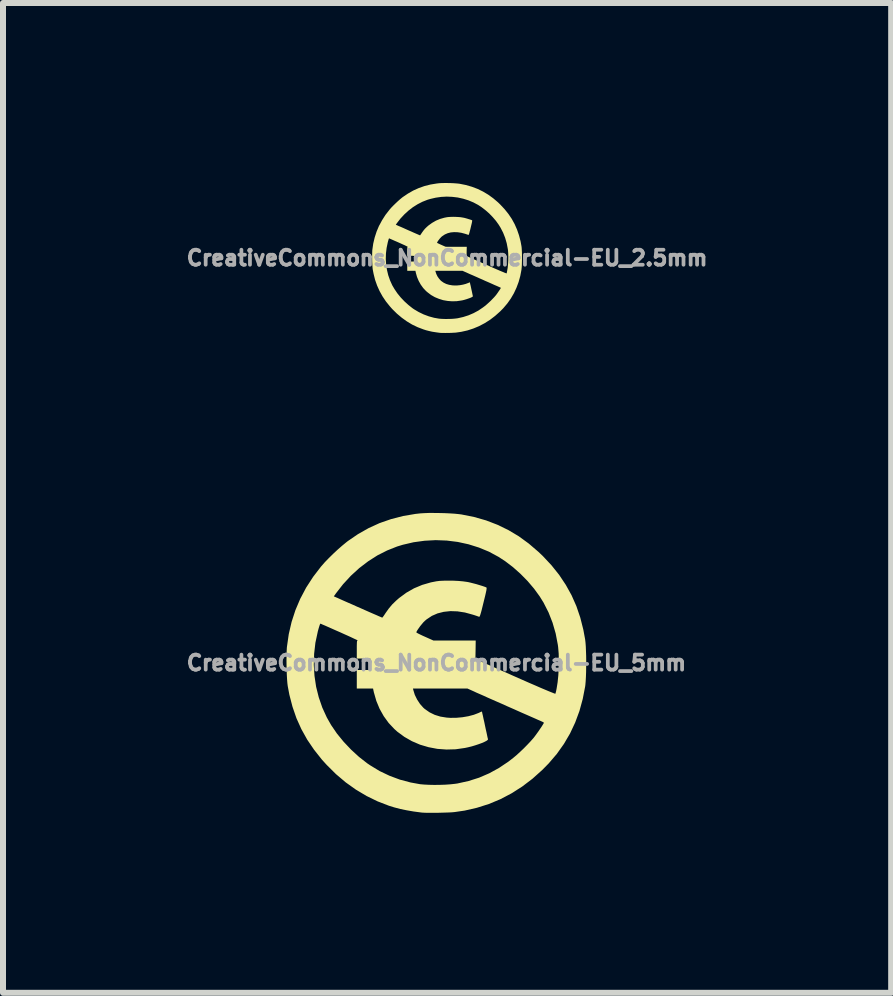
<source format=kicad_pcb>
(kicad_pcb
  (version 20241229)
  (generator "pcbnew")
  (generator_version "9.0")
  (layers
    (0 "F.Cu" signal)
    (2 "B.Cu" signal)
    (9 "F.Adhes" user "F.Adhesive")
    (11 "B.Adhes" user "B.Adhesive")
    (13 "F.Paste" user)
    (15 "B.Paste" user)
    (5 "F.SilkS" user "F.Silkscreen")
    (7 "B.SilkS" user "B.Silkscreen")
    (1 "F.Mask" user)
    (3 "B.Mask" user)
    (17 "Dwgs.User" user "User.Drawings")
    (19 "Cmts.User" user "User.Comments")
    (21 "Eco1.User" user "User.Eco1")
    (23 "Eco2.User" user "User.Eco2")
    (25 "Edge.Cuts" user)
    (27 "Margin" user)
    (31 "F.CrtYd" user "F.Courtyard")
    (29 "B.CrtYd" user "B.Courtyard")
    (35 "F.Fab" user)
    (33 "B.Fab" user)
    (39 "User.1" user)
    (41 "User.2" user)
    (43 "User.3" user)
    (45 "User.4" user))
  (footprint "CreativeCommons_NonCommercial-EU_5mm"
    (layer "F.Cu")
    (at 4.224 7.999)
    (property "Reference" "CreativeCommons_NonCommercial-EU_5mm" (at 0 0 0) (layer "F.Fab") (effects (font (size 0.25 0.25) (thickness 0.3))))
    (attr board_only exclude_from_pos_files exclude_from_bom)
    (fp_poly (pts (xy 0.043 -2.498) (xy 0.134 -2.496) (xy 0.221 -2.492) (xy 0.301 -2.487) (xy 0.371 -2.48) (xy 0.418 -2.474) (xy 0.628 -2.432) (xy 0.828 -2.375) (xy 1.018 -2.302) (xy 1.199 -2.214) (xy 1.372 -2.111) (xy 1.538 -1.99) (xy 1.698 -1.853) (xy 1.773 -1.782) (xy 1.918 -1.627) (xy 2.046 -1.467) (xy 2.157 -1.3) (xy 2.253 -1.127) (xy 2.333 -0.946) (xy 2.398 -0.755) (xy 2.449 -0.553) (xy 2.479 -0.391) (xy 2.485 -0.34) (xy 2.49 -0.275) (xy 2.493 -0.198) (xy 2.496 -0.114) (xy 2.497 -0.025) (xy 2.496 0.065) (xy 2.495 0.152) (xy 2.492 0.233) (xy 2.488 0.305) (xy 2.483 0.364) (xy 2.48 0.389) (xy 2.439 0.601) (xy 2.384 0.802) (xy 2.313 0.994) (xy 2.227 1.177) (xy 2.125 1.351) (xy 2.007 1.517) (xy 1.873 1.674) (xy 1.767 1.782) (xy 1.602 1.93) (xy 1.43 2.061) (xy 1.251 2.175) (xy 1.066 2.272) (xy 0.874 2.352) (xy 0.675 2.415) (xy 0.47 2.462) (xy 0.305 2.486) (xy 0.264 2.49) (xy 0.21 2.493) (xy 0.147 2.495) (xy 0.078 2.497) (xy 0.007 2.499) (xy -0.063 2.499) (xy -0.128 2.499) (xy -0.184 2.498) (xy -0.228 2.496) (xy -0.25 2.494) (xy -0.379 2.477) (xy -0.495 2.457) (xy -0.602 2.435) (xy -0.704 2.408) (xy -0.791 2.381) (xy -0.98 2.308) (xy -1.163 2.219) (xy -1.341 2.113) (xy -1.511 1.992) (xy -1.674 1.854) (xy -1.828 1.701) (xy -1.907 1.614) (xy -2.038 1.449) (xy -2.153 1.28) (xy -2.251 1.104) (xy -2.333 0.922) (xy -2.399 0.73) (xy -2.451 0.53) (xy -2.478 0.386) (xy -2.484 0.339) (xy -2.489 0.276) (xy -2.493 0.204) (xy -2.496 0.124) (xy -2.498 0.041) (xy -2.498 0.033) (xy -2.044 0.033) (xy -2.032 0.217) (xy -2.005 0.398) (xy -1.961 0.574) (xy -1.902 0.745) (xy -1.827 0.909) (xy -1.755 1.036) (xy -1.658 1.178) (xy -1.546 1.315) (xy -1.422 1.446) (xy -1.29 1.567) (xy -1.153 1.674) (xy -1.101 1.709) (xy -0.946 1.803) (xy -0.78 1.882) (xy -0.608 1.946) (xy -0.431 1.993) (xy -0.272 2.022) (xy -0.204 2.028) (xy -0.124 2.032) (xy -0.036 2.034) (xy 0.056 2.033) (xy 0.147 2.03) (xy 0.232 2.024) (xy 0.307 2.016) (xy 0.35 2.01) (xy 0.535 1.969) (xy 0.712 1.913) (xy 0.881 1.84) (xy 1.043 1.751) (xy 1.201 1.645) (xy 1.281 1.583) (xy 1.335 1.538) (xy 1.394 1.484) (xy 1.455 1.426) (xy 1.514 1.366) (xy 1.568 1.309) (xy 1.612 1.259) (xy 1.62 1.25) (xy 1.643 1.22) (xy 1.67 1.183) (xy 1.699 1.143) (xy 1.726 1.103) (xy 1.752 1.065) (xy 1.772 1.033) (xy 1.786 1.01) (xy 1.791 0.999) (xy 1.783 0.989) (xy 1.77 0.983) (xy 1.759 0.978) (xy 1.733 0.966) (xy 1.693 0.949) (xy 1.642 0.926) (xy 1.58 0.899) (xy 1.51 0.868) (xy 1.434 0.835) (xy 1.353 0.799) (xy 1.268 0.761) (xy 1.181 0.723) (xy 1.095 0.684) (xy 1.01 0.647) (xy 0.928 0.611) (xy 0.851 0.577) (xy 0.781 0.545) (xy 0.719 0.518) (xy 0.666 0.495) (xy 0.626 0.476) (xy 0.606 0.467) (xy 0.517 0.427) (xy -0.391 0.427) (xy -0.385 0.452) (xy -0.36 0.533) (xy -0.321 0.612) (xy -0.273 0.685) (xy -0.218 0.747) (xy -0.193 0.769) (xy -0.114 0.824) (xy -0.028 0.866) (xy 0.066 0.895) (xy 0.172 0.912) (xy 0.233 0.916) (xy 0.332 0.915) (xy 0.433 0.906) (xy 0.532 0.889) (xy 0.623 0.865) (xy 0.702 0.835) (xy 0.721 0.826) (xy 0.743 0.815) (xy 0.757 0.811) (xy 0.758 0.811) (xy 0.761 0.82) (xy 0.766 0.845) (xy 0.775 0.882) (xy 0.785 0.931) (xy 0.798 0.987) (xy 0.808 1.036) (xy 0.821 1.098) (xy 0.834 1.155) (xy 0.844 1.203) (xy 0.852 1.241) (xy 0.858 1.265) (xy 0.86 1.274) (xy 0.854 1.285) (xy 0.833 1.3) (xy 0.8 1.317) (xy 0.756 1.336) (xy 0.704 1.355) (xy 0.647 1.374) (xy 0.587 1.392) (xy 0.526 1.407) (xy 0.474 1.418) (xy 0.32 1.44) (xy 0.167 1.444) (xy 0.016 1.433) (xy -0.131 1.405) (xy -0.273 1.363) (xy -0.408 1.305) (xy -0.534 1.233) (xy -0.651 1.147) (xy -0.702 1.101) (xy -0.796 1.001) (xy -0.878 0.888) (xy -0.947 0.765) (xy -1.001 0.635) (xy -1.04 0.499) (xy -1.041 0.498) (xy -1.056 0.427) (xy -1.327 0.427) (xy -1.327 0.118) (xy -1.1 0.118) (xy -1.1 0.037) (xy -1.099 -0.001) (xy -1.098 -0.033) (xy -1.096 -0.054) (xy -1.094 -0.058) (xy -1.094 -0.064) (xy -1.1 -0.068) (xy -1.115 -0.071) (xy -1.141 -0.072) (xy -1.182 -0.073) (xy -1.208 -0.073) (xy -1.327 -0.073) (xy -1.327 -0.223) (xy -1.327 -0.278) (xy -1.326 -0.318) (xy -1.325 -0.345) (xy -1.323 -0.362) (xy -1.319 -0.37) (xy -1.314 -0.373) (xy -1.311 -0.373) (xy -1.316 -0.377) (xy -1.335 -0.387) (xy -1.368 -0.402) (xy -1.412 -0.423) (xy -1.466 -0.448) (xy -1.529 -0.476) (xy -1.597 -0.507) (xy -1.613 -0.514) (xy -1.684 -0.545) (xy -1.749 -0.574) (xy -1.808 -0.6) (xy -1.857 -0.622) (xy -1.896 -0.638) (xy -1.922 -0.65) (xy -1.933 -0.654) (xy -1.933 -0.655) (xy -1.94 -0.646) (xy -1.949 -0.62) (xy -1.962 -0.578) (xy -1.978 -0.52) (xy -1.978 -0.518) (xy -2.017 -0.336) (xy -2.038 -0.152) (xy -2.044 0.033) (xy -2.498 0.033) (xy -2.499 -0.042) (xy -2.498 -0.121) (xy -2.496 -0.192) (xy -2.493 -0.251) (xy -2.491 -0.27) (xy -2.461 -0.479) (xy -2.414 -0.682) (xy -2.35 -0.879) (xy -2.269 -1.07) (xy -2.248 -1.109) (xy -1.71 -1.109) (xy -1.671 -1.092) (xy -1.654 -1.085) (xy -1.623 -1.071) (xy -1.579 -1.051) (xy -1.525 -1.027) (xy -1.461 -0.999) (xy -1.39 -0.968) (xy -1.315 -0.934) (xy -1.27 -0.915) (xy -1.194 -0.881) (xy -1.124 -0.85) (xy -1.06 -0.822) (xy -1.004 -0.798) (xy -0.959 -0.778) (xy -0.926 -0.764) (xy -0.907 -0.756) (xy -0.902 -0.755) (xy -0.895 -0.762) (xy -0.88 -0.782) (xy -0.861 -0.81) (xy -0.848 -0.83) (xy -0.794 -0.906) (xy -0.737 -0.974) (xy -0.671 -1.038) (xy -0.622 -1.081) (xy -0.501 -1.17) (xy -0.373 -1.243) (xy -0.237 -1.3) (xy -0.092 -1.342) (xy -0.000109 -1.36) (xy 0.056 -1.367) (xy 0.126 -1.37) (xy 0.204 -1.371) (xy 0.286 -1.37) (xy 0.367 -1.366) (xy 0.443 -1.359) (xy 0.509 -1.35) (xy 0.532 -1.346) (xy 0.571 -1.337) (xy 0.618 -1.325) (xy 0.668 -1.312) (xy 0.717 -1.297) (xy 0.763 -1.283) (xy 0.801 -1.27) (xy 0.827 -1.26) (xy 0.834 -1.256) (xy 0.837 -1.25) (xy 0.836 -1.235) (xy 0.833 -1.21) (xy 0.825 -1.173) (xy 0.814 -1.124) (xy 0.798 -1.059) (xy 0.785 -1.006) (xy 0.767 -0.933) (xy 0.753 -0.876) (xy 0.741 -0.833) (xy 0.732 -0.803) (xy 0.725 -0.783) (xy 0.719 -0.772) (xy 0.714 -0.768) (xy 0.71 -0.769) (xy 0.696 -0.774) (xy 0.668 -0.784) (xy 0.632 -0.796) (xy 0.603 -0.805) (xy 0.475 -0.84) (xy 0.351 -0.859) (xy 0.233 -0.863) (xy 0.122 -0.851) (xy 0.019 -0.825) (xy -0.075 -0.784) (xy -0.16 -0.728) (xy -0.19 -0.703) (xy -0.215 -0.679) (xy -0.242 -0.647) (xy -0.27 -0.613) (xy -0.295 -0.578) (xy -0.316 -0.547) (xy -0.33 -0.523) (xy -0.334 -0.508) (xy -0.334 -0.507) (xy -0.325 -0.501) (xy -0.303 -0.489) (xy -0.269 -0.472) (xy -0.227 -0.452) (xy -0.191 -0.436) (xy -0.05 -0.373) (xy 0.655 -0.373) (xy 0.653 -0.219) (xy 0.65 -0.064) (xy 1.314 0.23) (xy 1.434 0.283) (xy 1.545 0.332) (xy 1.645 0.375) (xy 1.734 0.414) (xy 1.81 0.446) (xy 1.874 0.473) (xy 1.924 0.493) (xy 1.959 0.507) (xy 1.979 0.514) (xy 1.983 0.514) (xy 1.987 0.501) (xy 1.994 0.475) (xy 2.001 0.441) (xy 2.003 0.431) (xy 2.02 0.325) (xy 2.032 0.208) (xy 2.039 0.085) (xy 2.041 -0.038) (xy 2.038 -0.156) (xy 2.029 -0.264) (xy 2.024 -0.301) (xy 1.988 -0.49) (xy 1.936 -0.67) (xy 1.869 -0.841) (xy 1.785 -1.006) (xy 1.721 -1.109) (xy 1.627 -1.238) (xy 1.52 -1.364) (xy 1.401 -1.485) (xy 1.275 -1.597) (xy 1.145 -1.696) (xy 1.036 -1.767) (xy 0.877 -1.853) (xy 0.71 -1.922) (xy 0.535 -1.977) (xy 0.356 -2.016) (xy 0.173 -2.039) (xy -0.012 -2.046) (xy -0.197 -2.036) (xy -0.38 -2.011) (xy -0.56 -1.969) (xy -0.655 -1.94) (xy -0.821 -1.874) (xy -0.983 -1.792) (xy -1.138 -1.693) (xy -1.286 -1.58) (xy -1.426 -1.452) (xy -1.556 -1.311) (xy -1.673 -1.161) (xy -1.71 -1.109) (xy -2.248 -1.109) (xy -2.171 -1.255) (xy -2.055 -1.434) (xy -1.923 -1.606) (xy -1.914 -1.616) (xy -1.86 -1.678) (xy -1.794 -1.746) (xy -1.722 -1.817) (xy -1.648 -1.886) (xy -1.574 -1.951) (xy -1.506 -2.007) (xy -1.477 -2.03) (xy -1.306 -2.147) (xy -1.129 -2.247) (xy -0.945 -2.331) (xy -0.754 -2.397) (xy -0.556 -2.448) (xy -0.35 -2.483) (xy -0.269 -2.492) (xy -0.206 -2.496) (xy -0.13 -2.499) (xy -0.046 -2.499)) (stroke (width 0) (type solid)) (fill yes) (layer "F.SilkS")))
  (footprint "CreativeCommons_NonCommercial-EU_2.5mm"
    (layer "F.Cu")
    (at 4.402 1.25)
    (property "Reference" "CreativeCommons_NonCommercial-EU_2.5mm" (at 0 0 0) (layer "F.Fab") (effects (font (size 0.25 0.25) (thickness 0.3))))
    (attr board_only exclude_from_pos_files exclude_from_bom)
    (fp_poly (pts (xy 0.022 -1.249) (xy 0.067 -1.248) (xy 0.111 -1.246) (xy 0.151 -1.243) (xy 0.186 -1.24) (xy 0.209 -1.237) (xy 0.314 -1.216) (xy 0.414 -1.187) (xy 0.509 -1.151) (xy 0.599 -1.107) (xy 0.686 -1.055) (xy 0.769 -0.995) (xy 0.849 -0.927) (xy 0.886 -0.891) (xy 0.959 -0.813) (xy 1.023 -0.733) (xy 1.079 -0.65) (xy 1.126 -0.564) (xy 1.166 -0.473) (xy 1.199 -0.377) (xy 1.225 -0.277) (xy 1.24 -0.195) (xy 1.243 -0.17) (xy 1.245 -0.137) (xy 1.247 -0.099) (xy 1.248 -0.057) (xy 1.248 -0.012) (xy 1.248 0.032) (xy 1.247 0.076) (xy 1.246 0.117) (xy 1.244 0.153) (xy 1.241 0.182) (xy 1.24 0.194) (xy 1.22 0.3) (xy 1.192 0.401) (xy 1.156 0.497) (xy 1.113 0.589) (xy 1.062 0.676) (xy 1.004 0.758) (xy 0.937 0.837) (xy 0.884 0.891) (xy 0.801 0.965) (xy 0.715 1.031) (xy 0.626 1.087) (xy 0.533 1.136) (xy 0.437 1.176) (xy 0.338 1.208) (xy 0.235 1.231) (xy 0.152 1.243) (xy 0.132 1.245) (xy 0.105 1.246) (xy 0.073 1.248) (xy 0.039 1.249) (xy 0.003 1.249) (xy -0.031 1.25) (xy -0.064 1.249) (xy -0.092 1.249) (xy -0.114 1.248) (xy -0.125 1.247) (xy -0.19 1.238) (xy -0.248 1.229) (xy -0.301 1.217) (xy -0.352 1.204) (xy -0.395 1.19) (xy -0.49 1.154) (xy -0.582 1.11) (xy -0.67 1.057) (xy -0.755 0.996) (xy -0.837 0.927) (xy -0.914 0.851) (xy -0.953 0.807) (xy -1.019 0.725) (xy -1.076 0.64) (xy -1.125 0.552) (xy -1.166 0.461) (xy -1.2 0.365) (xy -1.225 0.265) (xy -1.239 0.193) (xy -1.242 0.169) (xy -1.244 0.138) (xy -1.246 0.102) (xy -1.248 0.062) (xy -1.249 0.02) (xy -1.249 0.017) (xy -1.022 0.017) (xy -1.016 0.108) (xy -1.002 0.199) (xy -0.981 0.287) (xy -0.951 0.373) (xy -0.914 0.455) (xy -0.877 0.518) (xy -0.829 0.589) (xy -0.773 0.658) (xy -0.711 0.723) (xy -0.645 0.783) (xy -0.577 0.837) (xy -0.551 0.855) (xy -0.473 0.901) (xy -0.39 0.941) (xy -0.304 0.973) (xy -0.216 0.997) (xy -0.136 1.011) (xy -0.102 1.014) (xy -0.062 1.016) (xy -0.018 1.017) (xy 0.028 1.016) (xy 0.073 1.015) (xy 0.116 1.012) (xy 0.153 1.008) (xy 0.175 1.005) (xy 0.268 0.984) (xy 0.356 0.956) (xy 0.44 0.92) (xy 0.522 0.876) (xy 0.6 0.823) (xy 0.641 0.792) (xy 0.667 0.769) (xy 0.697 0.742) (xy 0.728 0.713) (xy 0.757 0.683) (xy 0.784 0.655) (xy 0.806 0.63) (xy 0.81 0.625) (xy 0.822 0.61) (xy 0.835 0.592) (xy 0.849 0.572) (xy 0.863 0.551) (xy 0.876 0.533) (xy 0.886 0.517) (xy 0.893 0.505) (xy 0.895 0.499) (xy 0.892 0.495) (xy 0.885 0.491) (xy 0.88 0.489) (xy 0.866 0.483) (xy 0.846 0.474) (xy 0.821 0.463) (xy 0.79 0.45) (xy 0.755 0.434) (xy 0.717 0.417) (xy 0.676 0.399) (xy 0.634 0.381) (xy 0.591 0.361) (xy 0.547 0.342) (xy 0.505 0.323) (xy 0.464 0.305) (xy 0.426 0.288) (xy 0.39 0.273) (xy 0.359 0.259) (xy 0.333 0.247) (xy 0.313 0.238) (xy 0.303 0.234) (xy 0.258 0.214) (xy -0.196 0.214) (xy -0.193 0.226) (xy -0.18 0.266) (xy -0.161 0.306) (xy -0.136 0.342) (xy -0.109 0.373) (xy -0.097 0.384) (xy -0.057 0.412) (xy -0.014 0.433) (xy 0.033 0.447) (xy 0.086 0.456) (xy 0.117 0.458) (xy 0.166 0.458) (xy 0.217 0.453) (xy 0.266 0.444) (xy 0.311 0.432) (xy 0.351 0.417) (xy 0.361 0.413) (xy 0.372 0.408) (xy 0.378 0.405) (xy 0.379 0.405) (xy 0.38 0.41) (xy 0.383 0.422) (xy 0.387 0.441) (xy 0.393 0.465) (xy 0.399 0.493) (xy 0.404 0.518) (xy 0.411 0.549) (xy 0.417 0.577) (xy 0.422 0.602) (xy 0.426 0.62) (xy 0.429 0.633) (xy 0.43 0.637) (xy 0.427 0.643) (xy 0.417 0.65) (xy 0.4 0.659) (xy 0.378 0.668) (xy 0.352 0.677) (xy 0.323 0.687) (xy 0.293 0.696) (xy 0.263 0.704) (xy 0.237 0.709) (xy 0.16 0.72) (xy 0.083 0.722) (xy 0.008 0.716) (xy -0.066 0.703) (xy -0.136 0.681) (xy -0.204 0.653) (xy -0.267 0.617) (xy -0.325 0.573) (xy -0.351 0.551) (xy -0.398 0.501) (xy -0.439 0.444) (xy -0.473 0.383) (xy -0.501 0.317) (xy -0.52 0.25) (xy -0.52 0.249) (xy -0.528 0.214) (xy -0.664 0.214) (xy -0.664 0.059) (xy -0.55 0.059) (xy -0.55 0.019) (xy -0.55 -0.000477) (xy -0.549 -0.017) (xy -0.548 -0.027) (xy -0.547 -0.029) (xy -0.547 -0.032) (xy -0.55 -0.034) (xy -0.557 -0.035) (xy -0.571 -0.036) (xy -0.591 -0.036) (xy -0.604 -0.036) (xy -0.664 -0.036) (xy -0.664 -0.111) (xy -0.664 -0.139) (xy -0.663 -0.159) (xy -0.663 -0.173) (xy -0.661 -0.181) (xy -0.66 -0.185) (xy -0.657 -0.186) (xy -0.656 -0.187) (xy -0.658 -0.188) (xy -0.668 -0.193) (xy -0.684 -0.201) (xy -0.706 -0.212) (xy -0.733 -0.224) (xy -0.764 -0.238) (xy -0.799 -0.254) (xy -0.806 -0.257) (xy -0.842 -0.273) (xy -0.875 -0.287) (xy -0.904 -0.3) (xy -0.929 -0.311) (xy -0.948 -0.319) (xy -0.961 -0.325) (xy -0.967 -0.327) (xy -0.967 -0.327) (xy -0.97 -0.323) (xy -0.975 -0.31) (xy -0.981 -0.289) (xy -0.989 -0.26) (xy -0.989 -0.259) (xy -1.008 -0.168) (xy -1.019 -0.076) (xy -1.022 0.017) (xy -1.249 0.017) (xy -1.249 -0.021) (xy -1.249 -0.06) (xy -1.248 -0.096) (xy -1.247 -0.125) (xy -1.246 -0.135) (xy -1.231 -0.24) (xy -1.207 -0.341) (xy -1.175 -0.44) (xy -1.135 -0.535) (xy -1.124 -0.554) (xy -0.855 -0.554) (xy -0.836 -0.546) (xy -0.827 -0.542) (xy -0.812 -0.535) (xy -0.79 -0.526) (xy -0.762 -0.514) (xy -0.73 -0.5) (xy -0.695 -0.484) (xy -0.657 -0.467) (xy -0.635 -0.457) (xy -0.597 -0.441) (xy -0.562 -0.425) (xy -0.53 -0.411) (xy -0.502 -0.399) (xy -0.479 -0.389) (xy -0.463 -0.382) (xy -0.453 -0.378) (xy -0.451 -0.377) (xy -0.447 -0.381) (xy -0.44 -0.391) (xy -0.43 -0.405) (xy -0.424 -0.415) (xy -0.397 -0.453) (xy -0.369 -0.487) (xy -0.336 -0.519) (xy -0.311 -0.541) (xy -0.25 -0.585) (xy -0.186 -0.622) (xy -0.119 -0.65) (xy -0.046 -0.671) (xy -0.000055 -0.68) (xy 0.028 -0.683) (xy 0.063 -0.685) (xy 0.102 -0.686) (xy 0.143 -0.685) (xy 0.184 -0.683) (xy 0.222 -0.68) (xy 0.254 -0.675) (xy 0.266 -0.673) (xy 0.286 -0.669) (xy 0.309 -0.663) (xy 0.334 -0.656) (xy 0.359 -0.648) (xy 0.382 -0.641) (xy 0.4 -0.635) (xy 0.413 -0.63) (xy 0.417 -0.628) (xy 0.418 -0.625) (xy 0.418 -0.617) (xy 0.416 -0.605) (xy 0.413 -0.587) (xy 0.407 -0.562) (xy 0.399 -0.529) (xy 0.393 -0.503) (xy 0.384 -0.466) (xy 0.376 -0.438) (xy 0.371 -0.417) (xy 0.366 -0.402) (xy 0.362 -0.392) (xy 0.359 -0.386) (xy 0.357 -0.384) (xy 0.355 -0.384) (xy 0.348 -0.387) (xy 0.334 -0.392) (xy 0.316 -0.398) (xy 0.301 -0.403) (xy 0.237 -0.42) (xy 0.176 -0.429) (xy 0.117 -0.431) (xy 0.061 -0.426) (xy 0.01 -0.413) (xy -0.038 -0.392) (xy -0.08 -0.364) (xy -0.095 -0.352) (xy -0.107 -0.339) (xy -0.121 -0.324) (xy -0.135 -0.306) (xy -0.148 -0.289) (xy -0.158 -0.274) (xy -0.165 -0.261) (xy -0.167 -0.254) (xy -0.167 -0.254) (xy -0.163 -0.25) (xy -0.151 -0.244) (xy -0.134 -0.236) (xy -0.113 -0.226) (xy -0.095 -0.218) (xy -0.025 -0.187) (xy 0.151 -0.186) (xy 0.328 -0.186) (xy 0.326 -0.109) (xy 0.325 -0.032) (xy 0.657 0.115) (xy 0.717 0.141) (xy 0.773 0.166) (xy 0.823 0.188) (xy 0.867 0.207) (xy 0.905 0.223) (xy 0.937 0.236) (xy 0.962 0.247) (xy 0.979 0.253) (xy 0.989 0.257) (xy 0.991 0.257) (xy 0.994 0.251) (xy 0.997 0.238) (xy 1 0.221) (xy 1.001 0.216) (xy 1.01 0.163) (xy 1.016 0.104) (xy 1.02 0.043) (xy 1.021 -0.019) (xy 1.019 -0.078) (xy 1.015 -0.132) (xy 1.012 -0.15) (xy 0.994 -0.245) (xy 0.968 -0.335) (xy 0.934 -0.421) (xy 0.892 -0.503) (xy 0.86 -0.555) (xy 0.814 -0.619) (xy 0.76 -0.682) (xy 0.701 -0.743) (xy 0.638 -0.798) (xy 0.573 -0.848) (xy 0.518 -0.884) (xy 0.439 -0.926) (xy 0.355 -0.961) (xy 0.268 -0.988) (xy 0.178 -1.008) (xy 0.087 -1.019) (xy -0.006 -1.023) (xy -0.098 -1.018) (xy -0.19 -1.005) (xy -0.28 -0.984) (xy -0.327 -0.97) (xy -0.411 -0.937) (xy -0.491 -0.896) (xy -0.569 -0.847) (xy -0.643 -0.79) (xy -0.713 -0.726) (xy -0.778 -0.656) (xy -0.836 -0.581) (xy -0.855 -0.554) (xy -1.124 -0.554) (xy -1.085 -0.627) (xy -1.028 -0.717) (xy -0.961 -0.803) (xy -0.957 -0.808) (xy -0.93 -0.839) (xy -0.897 -0.873) (xy -0.861 -0.908) (xy -0.824 -0.943) (xy -0.787 -0.976) (xy -0.753 -1.004) (xy -0.739 -1.015) (xy -0.653 -1.073) (xy -0.564 -1.124) (xy -0.473 -1.165) (xy -0.377 -1.199) (xy -0.278 -1.224) (xy -0.175 -1.241) (xy -0.134 -1.246) (xy -0.103 -1.248) (xy -0.065 -1.249) (xy -0.023 -1.25)) (stroke (width 0) (type solid)) (fill yes) (layer "F.SilkS")))
  (gr_rect
    (start -3 -3)
    (end 11.804 13.498)
    (stroke (width 0.1) (type default))
    (fill no)
    (layer "Edge.Cuts")))
</source>
